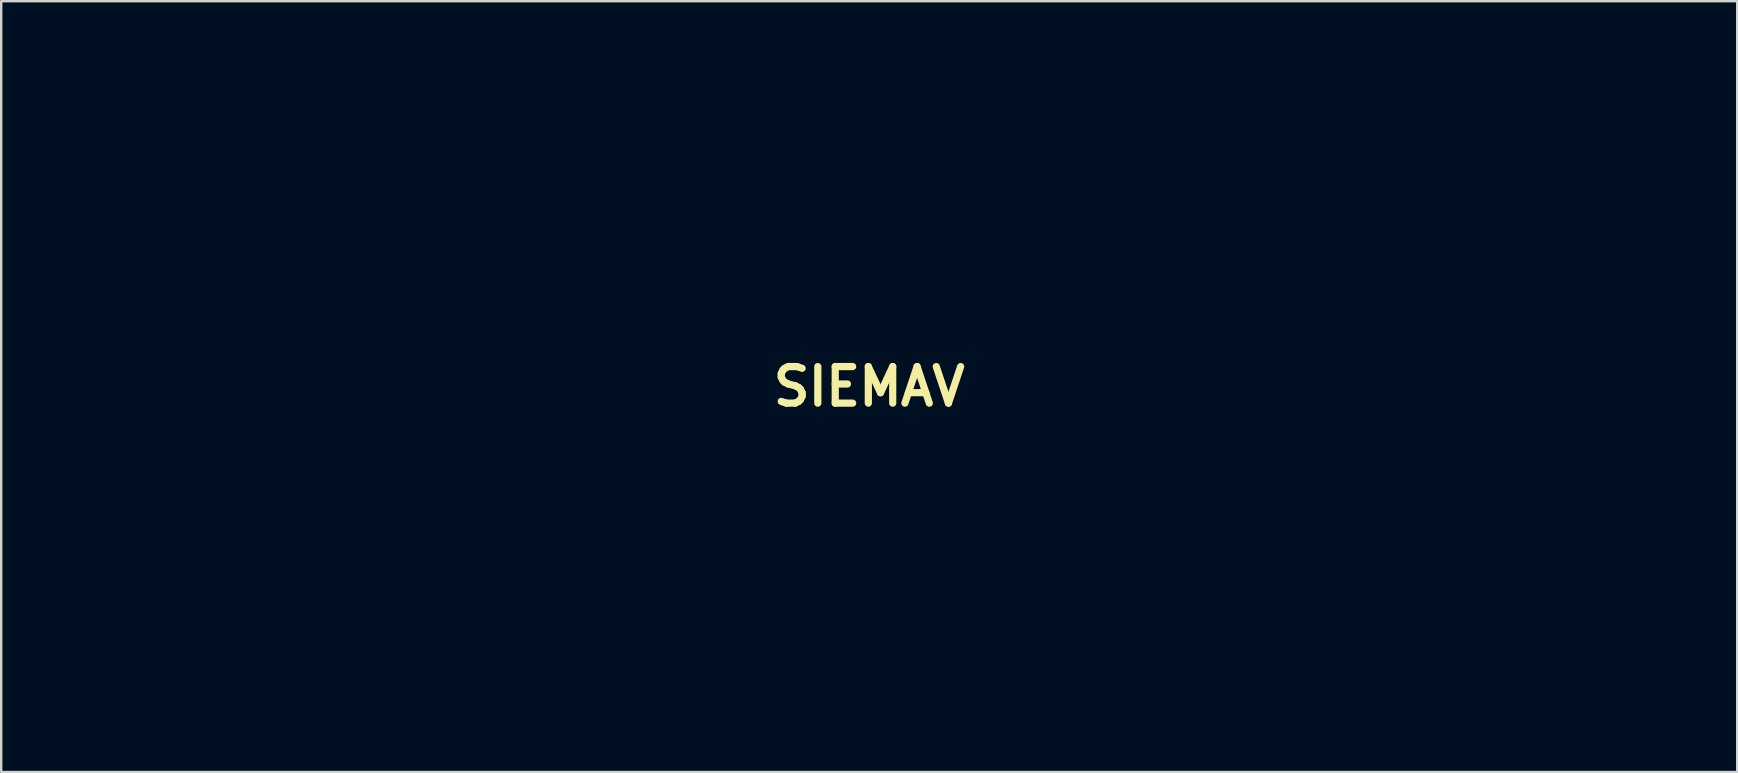
<source format=kicad_pcb>
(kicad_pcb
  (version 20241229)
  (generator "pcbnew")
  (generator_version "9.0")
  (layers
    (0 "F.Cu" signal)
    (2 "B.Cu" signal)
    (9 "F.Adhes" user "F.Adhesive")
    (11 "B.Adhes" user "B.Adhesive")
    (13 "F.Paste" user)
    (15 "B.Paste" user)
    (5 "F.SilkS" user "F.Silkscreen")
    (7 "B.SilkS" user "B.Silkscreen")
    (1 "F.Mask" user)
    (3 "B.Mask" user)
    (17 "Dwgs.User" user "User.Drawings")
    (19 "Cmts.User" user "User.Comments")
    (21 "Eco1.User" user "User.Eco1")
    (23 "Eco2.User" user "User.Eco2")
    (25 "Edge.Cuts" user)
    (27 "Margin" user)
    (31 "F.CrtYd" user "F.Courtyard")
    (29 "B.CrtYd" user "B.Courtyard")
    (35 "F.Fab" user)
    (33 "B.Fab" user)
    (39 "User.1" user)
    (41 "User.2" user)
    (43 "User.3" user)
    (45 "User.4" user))
  (footprint "SIEMAV"
    (layer "F.Cu")
    (at 33.166 13.058)
    (property "Reference" "SIEMAV" (at 0 0 0) (layer "F.SilkS") (effects (font (size 1.524 1.524) (thickness 0.3))))
    (attr through_hole)
    (fp_poly (pts (xy 13.962 -2.866) (xy 14.301 -2.056) (xy 14.701 -0.918) (xy 14.713 -0.882) (xy 15.458 1.411) (xy 13.689 1.411) (xy 12.583 1.353) (xy 12.098 1.165) (xy 12.077 0.97) (xy 12.277 0.407) (xy 12.623 -0.568) (xy 12.89 -1.323) (xy 13.283 -2.335) (xy 13.61 -3.008) (xy 13.756 -3.175) (xy 13.962 -2.866)) (stroke (width 0.01) (type solid)) (fill no) (layer "Eco2.User"))
    (fp_poly (pts (xy 33.161 -11.321) (xy 33.161 0) (xy 33.161 11.321) (xy 32.295 12.187) (xy 31.429 13.053) (xy -31.429 13.053) (xy -33.161 11.321) (xy -33.161 3.884) (xy -27.164 3.884) (xy -26.844 4.276) (xy -26.014 4.67) (xy -24.863 5.006) (xy -23.583 5.222) (xy -22.815 5.269) (xy -21.576 5.238) (xy -20.765 5.051) (xy -20.108 4.619) (xy -19.728 4.26) (xy -18.949 3.22) (xy -18.699 2.069) (xy -18.697 1.951) (xy -18.983 0.605) (xy -19.858 -0.418) (xy -21.348 -1.14) (xy -22.351 -1.401) (xy -23.807 -1.832) (xy -24.613 -2.414) (xy -24.816 -3.194) (xy -24.676 -3.759) (xy -24.069 -4.465) (xy -23.053 -4.793) (xy -21.841 -4.703) (xy -21.101 -4.43) (xy -20.302 -4.085) (xy -19.822 -4.099) (xy -19.435 -4.403) (xy -19.089 -4.875) (xy -19.278 -5.307) (xy -19.486 -5.526) (xy -20.253 -5.928) (xy -21.454 -6.194) (xy -22.826 -6.297) (xy -24.106 -6.212) (xy -24.766 -6.043) (xy -25.788 -5.302) (xy -26.473 -4.128) (xy -26.703 -2.756) (xy -26.649 -2.248) (xy -26.174 -1.108) (xy -25.199 -0.327) (xy -23.643 0.157) (xy -23.46 0.19) (xy -21.957 0.601) (xy -20.926 1.206) (xy -20.473 1.938) (xy -20.461 2.082) (xy -20.76 2.952) (xy -21.553 3.511) (xy -22.681 3.721) (xy -23.986 3.54) (xy -24.871 3.186) (xy -25.757 2.757) (xy -26.252 2.659) (xy -26.579 2.875) (xy -26.723 3.059) (xy -27.081 3.643) (xy -27.164 3.884) (xy -33.161 3.884) (xy -33.161 -6.35) (xy -16.581 -6.35) (xy -16.581 5.292) (xy -14.817 5.292) (xy -14.817 -6.35) (xy -12.347 -6.35) (xy -12.347 5.292) (xy -8.643 5.292) (xy -6.991 5.283) (xy -5.919 5.24) (xy -5.303 5.141) (xy -5.019 4.96) (xy -4.941 4.675) (xy -4.939 4.586) (xy -4.998 4.235) (xy -5.269 4.024) (xy -5.895 3.919) (xy -7.017 3.883) (xy -7.761 3.881) (xy -10.583 3.881) (xy -10.583 0.353) (xy -8.114 0.353) (xy -6.816 0.334) (xy -6.073 0.248) (xy -5.733 0.052) (xy -5.645 -0.297) (xy -5.644 -0.353) (xy -5.711 -0.724) (xy -6.012 -0.936) (xy -6.697 -1.033) (xy -7.917 -1.058) (xy -8.114 -1.058) (xy -10.583 -1.058) (xy -10.583 -4.939) (xy -7.761 -4.939) (xy -6.355 -4.954) (xy -5.512 -5.021) (xy -5.091 -5.178) (xy -4.949 -5.458) (xy -4.939 -5.644) (xy -4.985 -5.959) (xy -5.208 -6.163) (xy -5.731 -6.281) (xy -6.68 -6.335) (xy -8.179 -6.35) (xy -8.643 -6.35) (xy -2.469 -6.35) (xy -2.469 5.292) (xy -1.587 5.292) (xy -1.183 5.269) (xy -0.925 5.113) (xy -0.779 4.693) (xy -0.711 3.879) (xy -0.686 2.541) (xy -0.68 1.852) (xy -0.655 -1.587) (xy 0.604 1.147) (xy 1.376 2.705) (xy 2.002 3.601) (xy 2.553 3.83) (xy 3.103 3.39) (xy 3.722 2.277) (xy 4.279 0.996) (xy 5.468 -1.889) (xy 5.569 1.701) (xy 5.62 3.319) (xy 5.688 4.359) (xy 5.807 4.949) (xy 6.011 5.216) (xy 6.335 5.289) (xy 6.539 5.292) (xy 7.408 5.292) (xy 7.408 5.096) (xy 8.819 5.096) (xy 9.12 5.237) (xy 9.778 5.227) (xy 10.53 4.962) (xy 10.972 4.258) (xy 11.068 3.954) (xy 11.399 2.793) (xy 13.713 2.896) (xy 14.958 2.967) (xy 15.679 3.099) (xy 16.059 3.377) (xy 16.279 3.887) (xy 16.355 4.145) (xy 16.694 4.95) (xy 17.234 5.259) (xy 17.714 5.292) (xy 18.427 5.208) (xy 18.593 4.886) (xy 18.542 4.674) (xy 18.354 4.139) (xy 17.97 3.073) (xy 17.437 1.609) (xy 16.805 -0.123) (xy 16.462 -1.058) (xy 15.729 -3.026) (xy 15.174 -4.424) (xy 14.746 -5.35) (xy 14.394 -5.903) (xy 14.066 -6.179) (xy 13.73 -6.274) (xy 13.404 -6.272) (xy 13.114 -6.12) (xy 12.813 -5.727) (xy 12.453 -5.002) (xy 11.987 -3.853) (xy 11.367 -2.19) (xy 10.848 -0.76) (xy 10.178 1.107) (xy 9.602 2.741) (xy 9.158 4.026) (xy 8.886 4.85) (xy 8.819 5.096) (xy 7.408 5.096) (xy 7.408 -6.35) (xy 18.414 -6.35) (xy 20.312 -0.617) (xy 20.934 1.268) (xy 21.472 2.905) (xy 21.888 4.184) (xy 22.147 4.993) (xy 22.217 5.227) (xy 22.524 5.273) (xy 23.126 5.227) (xy 23.47 5.14) (xy 23.774 4.911) (xy 24.082 4.443) (xy 24.441 3.643) (xy 24.895 2.415) (xy 25.49 0.663) (xy 25.913 -0.617) (xy 27.8 -6.35) (xy 26.804 -6.35) (xy 26.353 -6.315) (xy 26.01 -6.132) (xy 25.706 -5.681) (xy 25.371 -4.843) (xy 24.938 -3.498) (xy 24.703 -2.734) (xy 24.217 -1.145) (xy 23.782 0.273) (xy 23.457 1.332) (xy 23.324 1.761) (xy 23.05 2.64) (xy 22.791 1.585) (xy 22.576 0.796) (xy 22.21 -0.46) (xy 21.754 -1.98) (xy 21.469 -2.91) (xy 20.979 -4.463) (xy 20.615 -5.461) (xy 20.305 -6.026) (xy 19.974 -6.281) (xy 19.552 -6.348) (xy 19.41 -6.35) (xy 18.414 -6.35) (xy 7.408 -6.35) (xy 6.571 -6.35) (xy 6.161 -6.27) (xy 5.78 -5.957) (xy 5.353 -5.299) (xy 4.806 -4.188) (xy 4.198 -2.822) (xy 3.559 -1.396) (xy 3.008 -0.246) (xy 2.612 0.495) (xy 2.447 0.706) (xy 2.228 0.402) (xy 1.802 -0.42) (xy 1.234 -1.628) (xy 0.706 -2.822) (xy 0.003 -4.404) (xy -0.519 -5.437) (xy -0.934 -6.032) (xy -1.314 -6.299) (xy -1.644 -6.35) (xy -2.469 -6.35) (xy -8.643 -6.35) (xy -12.347 -6.35) (xy -14.817 -6.35) (xy -16.581 -6.35) (xy -33.161 -6.35) (xy -33.161 -11.321) (xy -31.429 -13.053) (xy 31.429 -13.053) (xy 33.161 -11.321)) (stroke (width 0.01) (type solid)) (fill no) (layer "Eco2.User")))
  (gr_rect
    (start -3 -3)
    (end 69.332 29.116)
    (stroke (width 0.1) (type default))
    (fill no)
    (layer "Edge.Cuts")))
</source>
